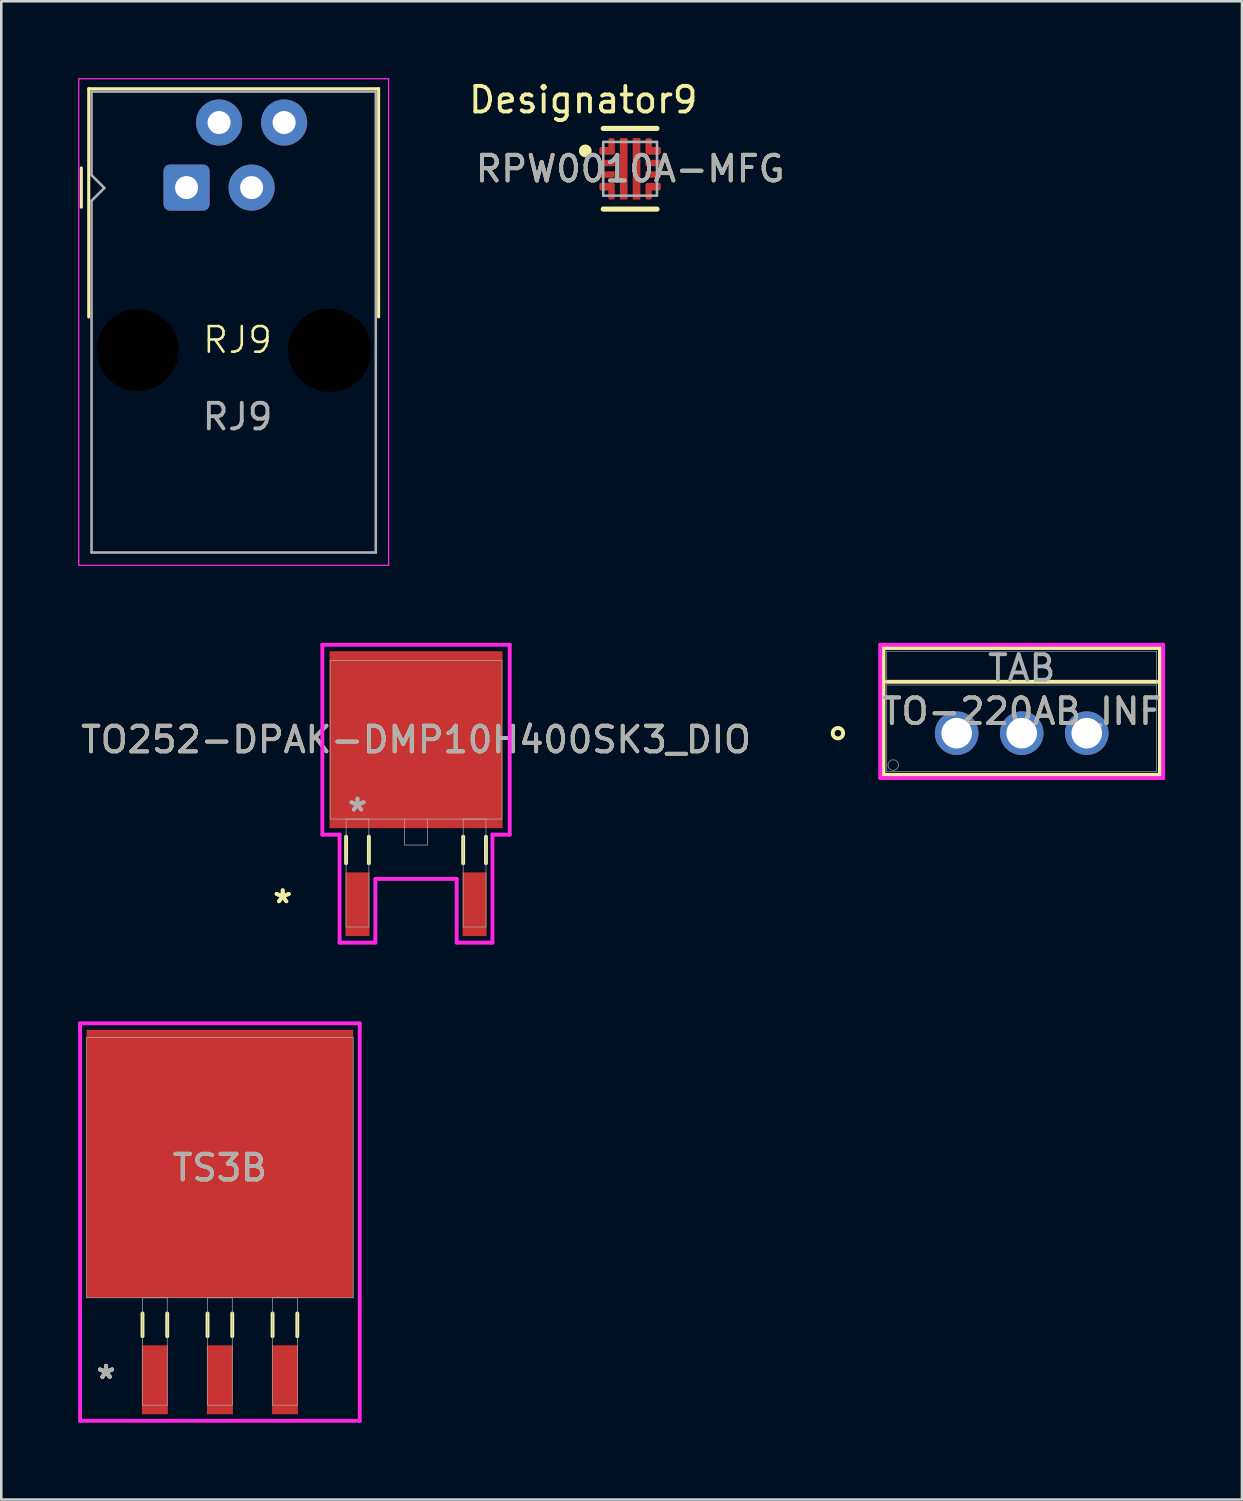
<source format=kicad_pcb>
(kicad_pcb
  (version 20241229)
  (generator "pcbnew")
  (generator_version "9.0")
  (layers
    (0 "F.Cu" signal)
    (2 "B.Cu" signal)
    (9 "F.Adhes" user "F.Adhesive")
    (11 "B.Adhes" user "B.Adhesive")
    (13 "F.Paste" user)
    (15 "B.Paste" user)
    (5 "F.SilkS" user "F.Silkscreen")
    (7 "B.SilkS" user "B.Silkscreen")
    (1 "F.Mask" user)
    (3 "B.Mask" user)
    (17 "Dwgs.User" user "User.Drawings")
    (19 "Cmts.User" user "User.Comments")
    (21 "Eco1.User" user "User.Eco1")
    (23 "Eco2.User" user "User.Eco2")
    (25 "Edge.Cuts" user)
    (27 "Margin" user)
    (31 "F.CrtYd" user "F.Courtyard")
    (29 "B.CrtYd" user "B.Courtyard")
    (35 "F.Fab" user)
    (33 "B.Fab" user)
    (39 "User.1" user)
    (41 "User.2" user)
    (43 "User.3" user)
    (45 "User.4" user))
  (footprint "TO252-DPAK-DMP10H400SK3_DIO"
    (layer "F.Cu")
    (at 13.196 25.835)
    (property "Reference" "TO252-DPAK-DMP10H400SK3_DIO" (at 0 0 0) (unlocked yes) (layer "F.SilkS") (effects (font (size 1 1) (thickness 0.15))))
    (attr smd)
    (fp_line (start -2.731 3.787) (end -2.731 4.826) (stroke (width 0.152) (type solid)) (layer "F.SilkS"))
    (fp_line (start -1.841 3.787) (end -1.841 4.826) (stroke (width 0.152) (type solid)) (layer "F.SilkS"))
    (fp_line (start 1.841 3.787) (end 1.841 4.826) (stroke (width 0.152) (type solid)) (layer "F.SilkS"))
    (fp_line (start 2.731 3.787) (end 2.731 4.826) (stroke (width 0.152) (type solid)) (layer "F.SilkS"))
    (fp_line (start -3.658 -3.708) (end 3.658 -3.708) (stroke (width 0.152) (type solid)) (layer "F.CrtYd"))
    (fp_line (start -3.658 3.708) (end -3.658 -3.708) (stroke (width 0.152) (type solid)) (layer "F.CrtYd"))
    (fp_line (start -2.985 3.708) (end -3.658 3.708) (stroke (width 0.152) (type solid)) (layer "F.CrtYd"))
    (fp_line (start -2.985 7.925) (end -2.985 3.708) (stroke (width 0.152) (type solid)) (layer "F.CrtYd"))
    (fp_line (start -1.587 5.436) (end -1.587 7.925) (stroke (width 0.152) (type solid)) (layer "F.CrtYd"))
    (fp_line (start -1.587 7.925) (end -2.985 7.925) (stroke (width 0.152) (type solid)) (layer "F.CrtYd"))
    (fp_line (start 1.587 5.436) (end -1.587 5.436) (stroke (width 0.152) (type solid)) (layer "F.CrtYd"))
    (fp_line (start 1.587 7.925) (end 1.587 5.436) (stroke (width 0.152) (type solid)) (layer "F.CrtYd"))
    (fp_line (start 2.985 3.708) (end 2.985 7.925) (stroke (width 0.152) (type solid)) (layer "F.CrtYd"))
    (fp_line (start 2.985 7.925) (end 1.587 7.925) (stroke (width 0.152) (type solid)) (layer "F.CrtYd"))
    (fp_line (start 3.658 -3.708) (end 3.658 3.708) (stroke (width 0.152) (type solid)) (layer "F.CrtYd"))
    (fp_line (start 3.658 3.708) (end 2.985 3.708) (stroke (width 0.152) (type solid)) (layer "F.CrtYd"))
    (fp_line (start -3.353 -3.099) (end -3.353 3.099) (stroke (width 0.025) (type solid)) (layer "F.Fab"))
    (fp_line (start -3.353 3.099) (end 3.353 3.099) (stroke (width 0.025) (type solid)) (layer "F.Fab"))
    (fp_line (start -2.731 3.099) (end -2.731 7.315) (stroke (width 0.025) (type solid)) (layer "F.Fab"))
    (fp_line (start -2.731 7.315) (end -1.841 7.315) (stroke (width 0.025) (type solid)) (layer "F.Fab"))
    (fp_line (start -1.841 3.099) (end -2.731 3.099) (stroke (width 0.025) (type solid)) (layer "F.Fab"))
    (fp_line (start -1.841 7.315) (end -1.841 3.099) (stroke (width 0.025) (type solid)) (layer "F.Fab"))
    (fp_line (start -0.445 3.099) (end -0.445 4.115) (stroke (width 0.025) (type solid)) (layer "F.Fab"))
    (fp_line (start -0.445 4.115) (end 0.445 4.115) (stroke (width 0.025) (type solid)) (layer "F.Fab"))
    (fp_line (start 0.445 4.115) (end 0.445 3.099) (stroke (width 0.025) (type solid)) (layer "F.Fab"))
    (fp_line (start 1.841 3.099) (end 1.841 7.315) (stroke (width 0.025) (type solid)) (layer "F.Fab"))
    (fp_line (start 1.841 7.315) (end 2.731 7.315) (stroke (width 0.025) (type solid)) (layer "F.Fab"))
    (fp_line (start 2.731 3.099) (end 1.841 3.099) (stroke (width 0.025) (type solid)) (layer "F.Fab"))
    (fp_line (start 2.731 7.315) (end 2.731 3.099) (stroke (width 0.025) (type solid)) (layer "F.Fab"))
    (fp_line (start 3.353 -3.099) (end -3.353 -3.099) (stroke (width 0.025) (type solid)) (layer "F.Fab"))
    (fp_line (start 3.353 3.099) (end 3.353 -3.099) (stroke (width 0.025) (type solid)) (layer "F.Fab"))
    (fp_text user "*" (at -5.207 6.426 0) (unlocked yes) (layer "F.SilkS") (effects (font (size 1 1) (thickness 0.15))))
    (fp_text user "*" (at -5.207 6.426 0) (layer "F.SilkS") (effects (font (size 1 1) (thickness 0.15))))
    (fp_text user "${REFERENCE}" (at 0 0 0) (unlocked yes) (layer "F.Fab") (effects (font (size 1 1) (thickness 0.15))))
    (fp_text user "*" (at -2.286 2.845 0) (unlocked yes) (layer "F.Fab") (effects (font (size 1 1) (thickness 0.15))))
    (fp_text user "*" (at -2.286 2.845 0) (layer "F.Fab") (effects (font (size 1 1) (thickness 0.15))))
    (pad "1" smd rect (at -2.286 6.426) (size 0.94 2.489) (layers "F.Cu" "F.Mask" "F.Paste"))
    (pad "2" smd rect (at 0 0) (size 6.756 6.909) (layers "F.Cu" "F.Mask" "F.Paste"))
    (pad "3" smd rect (at 2.286 6.426) (size 0.94 2.489) (layers "F.Cu" "F.Mask" "F.Paste")))
  (footprint "RPW0010A-MFG"
    (layer "F.Cu")
    (at 21.556 3.541)
    (property "Reference" "RPW0010A-MFG" (at 0 0 0) (unlocked yes) (layer "F.SilkS") (effects (font (size 1 1) (thickness 0.15))))
    (attr smd)
    (fp_poly (pts (xy -0.85 -0.85) (xy -0.85 -1.15) (xy -0.8 -1.2) (xy -0.65 -1.2) (xy -0.6 -1.15) (xy -0.6 -0.6) (xy -0.65 -0.55) (xy -1.15 -0.55) (xy -1.2 -0.6) (xy -1.2 -0.8) (xy -1.15 -0.85)) (stroke (width 0) (type solid)) (fill yes) (layer "F.Cu"))
    (fp_poly (pts (xy -0.85 0.85) (xy -0.85 1.15) (xy -0.8 1.2) (xy -0.65 1.2) (xy -0.6 1.15) (xy -0.6 0.6) (xy -0.65 0.55) (xy -1.15 0.55) (xy -1.2 0.6) (xy -1.2 0.8) (xy -1.15 0.85)) (stroke (width 0) (type solid)) (fill yes) (layer "F.Cu"))
    (fp_poly (pts (xy 0.85 -0.85) (xy 0.85 -1.15) (xy 0.8 -1.2) (xy 0.65 -1.2) (xy 0.6 -1.15) (xy 0.6 -0.6) (xy 0.65 -0.55) (xy 1.15 -0.55) (xy 1.2 -0.6) (xy 1.2 -0.8) (xy 1.15 -0.85)) (stroke (width 0) (type solid)) (fill yes) (layer "F.Cu"))
    (fp_poly (pts (xy 0.85 0.85) (xy 0.85 1.15) (xy 0.8 1.2) (xy 0.65 1.2) (xy 0.6 1.15) (xy 0.6 0.6) (xy 0.65 0.55) (xy 1.15 0.55) (xy 1.2 0.6) (xy 1.2 0.8) (xy 1.15 0.85)) (stroke (width 0) (type solid)) (fill yes) (layer "F.Cu"))
    (fp_poly (pts (xy -0.85 -0.85) (xy -0.85 -1.15) (xy -0.8 -1.2) (xy -0.65 -1.2) (xy -0.6 -1.15) (xy -0.6 -0.6) (xy -0.65 -0.55) (xy -1.15 -0.55) (xy -1.2 -0.6) (xy -1.2 -0.8) (xy -1.15 -0.85)) (stroke (width 0) (type solid)) (fill yes) (layer "F.Mask"))
    (fp_poly (pts (xy -0.85 0.85) (xy -1.15 0.85) (xy -1.2 0.8) (xy -1.2 0.6) (xy -1.15 0.55) (xy -0.65 0.55) (xy -0.6 0.6) (xy -0.6 1.15) (xy -0.65 1.2) (xy -0.8 1.2) (xy -0.85 1.15)) (stroke (width 0) (type solid)) (fill yes) (layer "F.Mask"))
    (fp_poly (pts (xy 0.85 -0.85) (xy 1.15 -0.85) (xy 1.2 -0.8) (xy 1.2 -0.6) (xy 1.15 -0.55) (xy 0.65 -0.55) (xy 0.6 -0.6) (xy 0.6 -1.15) (xy 0.65 -1.2) (xy 0.8 -1.2) (xy 0.85 -1.15)) (stroke (width 0) (type solid)) (fill yes) (layer "F.Mask"))
    (fp_poly (pts (xy 0.85 0.85) (xy 0.85 1.15) (xy 0.8 1.2) (xy 0.65 1.2) (xy 0.6 1.15) (xy 0.6 0.6) (xy 0.65 0.55) (xy 1.15 0.55) (xy 1.2 0.6) (xy 1.2 0.8) (xy 1.15 0.85)) (stroke (width 0) (type solid)) (fill yes) (layer "F.Mask"))
    (fp_line (start -1.05 -1.575) (end 1.05 -1.575) (stroke (width 0.2) (type solid)) (layer "F.SilkS"))
    (fp_line (start -1.05 1.575) (end 1.05 1.575) (stroke (width 0.2) (type solid)) (layer "F.SilkS"))
    (fp_circle (center -1.75 -0.7) (end -1.625 -0.7) (stroke (width 0.25) (type solid)) (fill no) (layer "F.SilkS"))
    (fp_poly (pts (xy -0.34 1.16) (xy -0.39 1.11) (xy -0.39 0.15) (xy -0.34 0.1) (xy -0.16 0.1) (xy -0.11 0.15) (xy -0.11 1.11) (xy -0.16 1.16)) (stroke (width 0) (type solid)) (fill yes) (layer "F.Paste"))
    (fp_poly (pts (xy -0.11 -1.11) (xy -0.11 -0.15) (xy -0.16 -0.1) (xy -0.34 -0.1) (xy -0.39 -0.15) (xy -0.39 -1.11) (xy -0.34 -1.16) (xy -0.16 -1.16)) (stroke (width 0) (type solid)) (fill yes) (layer "F.Paste"))
    (fp_poly (pts (xy 0.39 -0.15) (xy 0.34 -0.1) (xy 0.16 -0.1) (xy 0.11 -0.15) (xy 0.11 -1.11) (xy 0.16 -1.16) (xy 0.34 -1.16) (xy 0.39 -1.11)) (stroke (width 0) (type solid)) (fill yes) (layer "F.Paste"))
    (fp_poly (pts (xy 0.39 1.11) (xy 0.34 1.16) (xy 0.16 1.16) (xy 0.11 1.11) (xy 0.11 0.15) (xy 0.16 0.1) (xy 0.34 0.1) (xy 0.39 0.15)) (stroke (width 0) (type solid)) (fill yes) (layer "F.Paste"))
    (fp_poly (pts (xy -0.825 -0.825) (xy -0.825 -1.15) (xy -0.775 -1.2) (xy -0.65 -1.2) (xy -0.6 -1.15) (xy -0.6 -0.6) (xy -0.65 -0.55) (xy -1.15 -0.55) (xy -1.2 -0.6) (xy -1.2 -0.775) (xy -1.15 -0.825)) (stroke (width 0) (type solid)) (fill yes) (layer "F.Paste"))
    (fp_poly (pts (xy -0.825 0.825) (xy -0.825 1.15) (xy -0.775 1.2) (xy -0.65 1.2) (xy -0.6 1.15) (xy -0.6 0.6) (xy -0.65 0.55) (xy -1.15 0.55) (xy -1.2 0.6) (xy -1.2 0.775) (xy -1.15 0.825)) (stroke (width 0) (type solid)) (fill yes) (layer "F.Paste"))
    (fp_poly (pts (xy 0.825 -0.825) (xy 0.825 -1.15) (xy 0.775 -1.2) (xy 0.65 -1.2) (xy 0.6 -1.15) (xy 0.6 -0.6) (xy 0.65 -0.55) (xy 1.15 -0.55) (xy 1.2 -0.6) (xy 1.2 -0.775) (xy 1.15 -0.825)) (stroke (width 0) (type solid)) (fill yes) (layer "F.Paste"))
    (fp_poly (pts (xy 0.825 0.825) (xy 0.825 1.15) (xy 0.775 1.2) (xy 0.65 1.2) (xy 0.6 1.15) (xy 0.6 0.6) (xy 0.65 0.55) (xy 1.15 0.55) (xy 1.2 0.6) (xy 1.2 0.775) (xy 1.15 0.825)) (stroke (width 0) (type solid)) (fill yes) (layer "F.Paste"))
    (fp_line (start -1.05 -1.05) (end 1.05 -1.05) (stroke (width 0.1) (type solid)) (layer "F.Fab"))
    (fp_line (start -1.05 1.05) (end -1.05 -1.05) (stroke (width 0.1) (type solid)) (layer "F.Fab"))
    (fp_line (start -1.05 1.05) (end 1.05 1.05) (stroke (width 0.1) (type solid)) (layer "F.Fab"))
    (fp_line (start 1.05 1.05) (end 1.05 -1.05) (stroke (width 0.1) (type solid)) (layer "F.Fab"))
    (fp_text user "Designator9" (at -1.829 -2.692 0) (unlocked yes) (layer "F.SilkS") (effects (font (size 1 1) (thickness 0.15))))
    (fp_text user "${REFERENCE}" (at 0 0 0) (unlocked yes) (layer "F.Fab") (effects (font (size 1 1) (thickness 0.15))))
    (pad "1" smd circle (at -0.75 -0.7) (size 0.27 0.27) (layers "F.Cu" "F.Mask"))
    (pad "2" smd rect (at -0.9 -0.225) (size 0.6 0.25) (layers "F.Cu" "F.Mask" "F.Paste"))
    (pad "3" smd rect (at -0.9 0.225) (size 0.6 0.25) (layers "F.Cu" "F.Mask" "F.Paste"))
    (pad "4" smd circle (at -0.75 0.75) (size 0.255 0.255) (layers "F.Cu" "F.Mask"))
    (pad "5" smd rect (at -0.25 0) (size 0.3 2.4) (layers "F.Cu" "F.Mask"))
    (pad "6" smd rect (at 0.25 0) (size 0.3 2.4) (layers "F.Cu" "F.Mask"))
    (pad "7" smd circle (at 0.75 0.75) (size 0.255 0.255) (layers "F.Cu" "F.Mask"))
    (pad "8" smd rect (at 0.9 0.225) (size 0.6 0.25) (layers "F.Cu" "F.Mask" "F.Paste"))
    (pad "9" smd rect (at 0.9 -0.225) (size 0.6 0.25) (layers "F.Cu" "F.Mask" "F.Paste"))
    (pad "10" smd circle (at 0.75 -0.7) (size 0.27 0.27) (layers "F.Cu" "F.Mask")))
  (footprint "TO-220AB_INF"
    (layer "F.Cu")
    (at 34.308 25.581)
    (property "Reference" "TO-220AB_INF" (at 2.54 -0.851 0) (unlocked yes) (layer "F.SilkS") (effects (font (size 1 1) (thickness 0.15))))
    (attr through_hole)
    (fp_line (start -2.857 -3.327) (end -2.857 1.626) (stroke (width 0.152) (type solid)) (layer "F.SilkS"))
    (fp_line (start -2.857 1.626) (end 7.938 1.626) (stroke (width 0.152) (type solid)) (layer "F.SilkS"))
    (fp_line (start -2.731 -2.007) (end 7.811 -2.007) (stroke (width 0.152) (type solid)) (layer "F.SilkS"))
    (fp_line (start 7.938 -3.327) (end -2.857 -3.327) (stroke (width 0.152) (type solid)) (layer "F.SilkS"))
    (fp_line (start 7.938 1.626) (end 7.938 -3.327) (stroke (width 0.152) (type solid)) (layer "F.SilkS"))
    (fp_circle (center -4.636 0) (end -4.432 0) (stroke (width 0.152) (type solid)) (fill no) (layer "F.SilkS"))
    (fp_line (start -2.985 -3.454) (end -2.985 1.753) (stroke (width 0.152) (type solid)) (layer "F.CrtYd"))
    (fp_line (start -2.985 1.753) (end 8.065 1.753) (stroke (width 0.152) (type solid)) (layer "F.CrtYd"))
    (fp_line (start 8.065 -3.454) (end -2.985 -3.454) (stroke (width 0.152) (type solid)) (layer "F.CrtYd"))
    (fp_line (start 8.065 1.753) (end 8.065 -3.454) (stroke (width 0.152) (type solid)) (layer "F.CrtYd"))
    (fp_line (start -2.731 -3.2) (end -2.731 1.499) (stroke (width 0.025) (type solid)) (layer "F.Fab"))
    (fp_line (start -2.731 -1.88) (end 7.811 -1.88) (stroke (width 0.025) (type solid)) (layer "F.Fab"))
    (fp_line (start -2.731 1.499) (end 7.811 1.499) (stroke (width 0.025) (type solid)) (layer "F.Fab"))
    (fp_line (start 7.811 -3.2) (end -2.731 -3.2) (stroke (width 0.025) (type solid)) (layer "F.Fab"))
    (fp_line (start 7.811 1.499) (end 7.811 -3.2) (stroke (width 0.025) (type solid)) (layer "F.Fab"))
    (fp_circle (center -2.477 1.245) (end -2.273 1.245) (stroke (width 0.025) (type solid)) (fill no) (layer "F.Fab"))
    (fp_text user "TAB" (at 2.54 -2.54 0) (unlocked yes) (layer "F.Fab") (effects (font (size 1 1) (thickness 0.15))))
    (fp_text user "${REFERENCE}" (at 2.54 -0.851 0) (unlocked yes) (layer "F.Fab") (effects (font (size 1 1) (thickness 0.15))))
    (pad "1" thru_hole circle (at 0 0) (size 1.702 1.702) (drill 1.194) (layers "*.Cu" "*.Mask"))
    (pad "2" thru_hole circle (at 2.54 0) (size 1.702 1.702) (drill 1.194) (layers "*.Cu" "*.Mask"))
    (pad "3" thru_hole circle (at 5.08 0) (size 1.702 1.702) (drill 1.194) (layers "*.Cu" "*.Mask")))
  (footprint "RJ9"
    (layer "F.Cu")
    (at 6.225 10.725)
    (property "Reference" "RJ9" (at 0 -0.5 0) (unlocked yes) (layer "F.SilkS") (effects (font (size 1 1) (thickness 0.1))))
    (attr smd)
    (fp_line (start -6.1 -5.685) (end -6.1 -7.215) (stroke (width 0.12) (type solid)) (layer "F.SilkS"))
    (fp_line (start -5.81 -10.31) (end 5.51 -10.31) (stroke (width 0.12) (type solid)) (layer "F.SilkS"))
    (fp_line (start -5.81 -1.4) (end -5.81 -10.31) (stroke (width 0.12) (type solid)) (layer "F.SilkS"))
    (fp_line (start 5.51 -10.31) (end 5.51 -1.4) (stroke (width 0.12) (type solid)) (layer "F.SilkS"))
    (fp_line (start -6.2 -10.7) (end 5.9 -10.7) (stroke (width 0.05) (type solid)) (layer "F.CrtYd"))
    (fp_line (start -6.2 8.3) (end -6.2 -10.7) (stroke (width 0.05) (type solid)) (layer "F.CrtYd"))
    (fp_line (start 5.9 -10.7) (end 5.9 8.3) (stroke (width 0.05) (type solid)) (layer "F.CrtYd"))
    (fp_line (start 5.9 8.3) (end -6.2 8.3) (stroke (width 0.05) (type solid)) (layer "F.CrtYd"))
    (fp_line (start -5.7 -10.2) (end 5.4 -10.2) (stroke (width 0.1) (type solid)) (layer "F.Fab"))
    (fp_line (start -5.7 -6.935) (end -5.7 -10.2) (stroke (width 0.1) (type solid)) (layer "F.Fab"))
    (fp_line (start -5.7 -5.935) (end -5.2 -6.435) (stroke (width 0.1) (type solid)) (layer "F.Fab"))
    (fp_line (start -5.7 7.8) (end -5.7 -5.935) (stroke (width 0.1) (type solid)) (layer "F.Fab"))
    (fp_line (start -5.2 -6.435) (end -5.7 -6.935) (stroke (width 0.1) (type solid)) (layer "F.Fab"))
    (fp_line (start 5.4 -10.2) (end 5.4 7.8) (stroke (width 0.1) (type solid)) (layer "F.Fab"))
    (fp_line (start 5.4 7.8) (end -5.7 7.8) (stroke (width 0.1) (type solid)) (layer "F.Fab"))
    (fp_text user "${REFERENCE}" (at 0 2.5 0) (unlocked yes) (layer "F.Fab") (effects (font (size 1 1) (thickness 0.15))))
    (pad "" np_thru_hole circle (at -3.9 -0.1) (size 3.25 3.25) (drill 3.2) (layers "*.Mask"))
    (pad "" np_thru_hole circle (at 3.6 -0.1) (size 3.25 3.25) (drill 3.25) (layers "*.Mask"))
    (pad "1" thru_hole roundrect (at -1.99 -6.45) (size 1.8 1.8) (drill 0.9) (layers "*.Cu" "*.Mask") (roundrect_rratio 0.139))
    (pad "2" thru_hole circle (at -0.72 -8.99) (size 1.8 1.8) (drill 0.9) (layers "*.Cu" "*.Mask"))
    (pad "3" thru_hole circle (at 0.55 -6.45) (size 1.8 1.8) (drill 0.9) (layers "*.Cu" "*.Mask"))
    (pad "4" thru_hole circle (at 1.82 -8.99) (size 1.8 1.8) (drill 0.9) (layers "*.Cu" "*.Mask")))
  (footprint "TS3B"
    (layer "F.Cu")
    (at 5.537 42.551)
    (property "Reference" "TS3B" (at 0 0 0) (unlocked yes) (layer "F.SilkS") (effects (font (size 1 1) (thickness 0.15))))
    (attr smd)
    (fp_line (start -3.023 5.69) (end -3.023 6.579) (stroke (width 0.152) (type solid)) (layer "F.SilkS"))
    (fp_line (start -2.057 5.69) (end -2.057 6.579) (stroke (width 0.152) (type solid)) (layer "F.SilkS"))
    (fp_line (start -0.483 5.69) (end -0.483 6.579) (stroke (width 0.152) (type solid)) (layer "F.SilkS"))
    (fp_line (start 0.483 5.69) (end 0.483 6.579) (stroke (width 0.152) (type solid)) (layer "F.SilkS"))
    (fp_line (start 2.057 5.69) (end 2.057 6.579) (stroke (width 0.152) (type solid)) (layer "F.SilkS"))
    (fp_line (start 3.023 5.69) (end 3.023 6.579) (stroke (width 0.152) (type solid)) (layer "F.SilkS"))
    (fp_line (start -5.461 -5.639) (end 5.461 -5.639) (stroke (width 0.152) (type solid)) (layer "F.CrtYd"))
    (fp_line (start -5.461 9.881) (end -5.461 -5.639) (stroke (width 0.152) (type solid)) (layer "F.CrtYd"))
    (fp_line (start 5.461 -5.639) (end 5.461 9.881) (stroke (width 0.152) (type solid)) (layer "F.CrtYd"))
    (fp_line (start 5.461 9.881) (end -5.461 9.881) (stroke (width 0.152) (type solid)) (layer "F.CrtYd"))
    (fp_line (start -5.207 -5.08) (end -5.207 5.08) (stroke (width 0.025) (type solid)) (layer "F.Fab"))
    (fp_line (start -5.207 5.08) (end 5.207 5.08) (stroke (width 0.025) (type solid)) (layer "F.Fab"))
    (fp_line (start -3.023 5.08) (end -3.023 9.271) (stroke (width 0.025) (type solid)) (layer "F.Fab"))
    (fp_line (start -3.023 9.271) (end -2.057 9.271) (stroke (width 0.025) (type solid)) (layer "F.Fab"))
    (fp_line (start -2.057 5.08) (end -3.023 5.08) (stroke (width 0.025) (type solid)) (layer "F.Fab"))
    (fp_line (start -2.057 9.271) (end -2.057 5.08) (stroke (width 0.025) (type solid)) (layer "F.Fab"))
    (fp_line (start -0.483 5.08) (end -0.483 9.271) (stroke (width 0.025) (type solid)) (layer "F.Fab"))
    (fp_line (start -0.483 9.271) (end 0.483 9.271) (stroke (width 0.025) (type solid)) (layer "F.Fab"))
    (fp_line (start 0.483 5.08) (end -0.483 5.08) (stroke (width 0.025) (type solid)) (layer "F.Fab"))
    (fp_line (start 0.483 9.271) (end 0.483 5.08) (stroke (width 0.025) (type solid)) (layer "F.Fab"))
    (fp_line (start 2.057 5.08) (end 2.057 9.271) (stroke (width 0.025) (type solid)) (layer "F.Fab"))
    (fp_line (start 2.057 9.271) (end 3.023 9.271) (stroke (width 0.025) (type solid)) (layer "F.Fab"))
    (fp_line (start 3.023 5.08) (end 2.057 5.08) (stroke (width 0.025) (type solid)) (layer "F.Fab"))
    (fp_line (start 3.023 9.271) (end 3.023 5.08) (stroke (width 0.025) (type solid)) (layer "F.Fab"))
    (fp_line (start 5.207 -5.08) (end -5.207 -5.08) (stroke (width 0.025) (type solid)) (layer "F.Fab"))
    (fp_line (start 5.207 5.08) (end 5.207 -5.08) (stroke (width 0.025) (type solid)) (layer "F.Fab"))
    (fp_text user "*" (at -4.445 8.28 0) (layer "F.SilkS") (effects (font (size 1 1) (thickness 0.15))))
    (fp_text user "*" (at -4.445 8.28 0) (unlocked yes) (layer "F.SilkS") (effects (font (size 1 1) (thickness 0.15))))
    (fp_text user "*" (at -4.445 8.28 0) (unlocked yes) (layer "F.Fab") (effects (font (size 1 1) (thickness 0.15))))
    (fp_text user "*" (at -4.445 8.28 0) (layer "F.Fab") (effects (font (size 1 1) (thickness 0.15))))
    (fp_text user "${REFERENCE}" (at 0 0 0) (unlocked yes) (layer "F.Fab") (effects (font (size 1 1) (thickness 0.15))))
    (pad "1" smd rect (at -2.54 8.28) (size 1.016 2.692) (layers "F.Cu" "F.Mask" "F.Paste"))
    (pad "2" smd rect (at 0 8.28) (size 1.016 2.692) (layers "F.Cu" "F.Mask" "F.Paste"))
    (pad "3" smd rect (at 2.54 8.28) (size 1.016 2.692) (layers "F.Cu" "F.Mask" "F.Paste"))
    (pad "4" smd rect (at 0 -0.152) (size 10.414 10.465) (layers "F.Cu" "F.Mask" "F.Paste")))
  (gr_rect
    (start -3 -3)
    (end 45.448 55.507)
    (stroke (width 0.1) (type default))
    (fill no)
    (layer "Edge.Cuts")))
</source>
